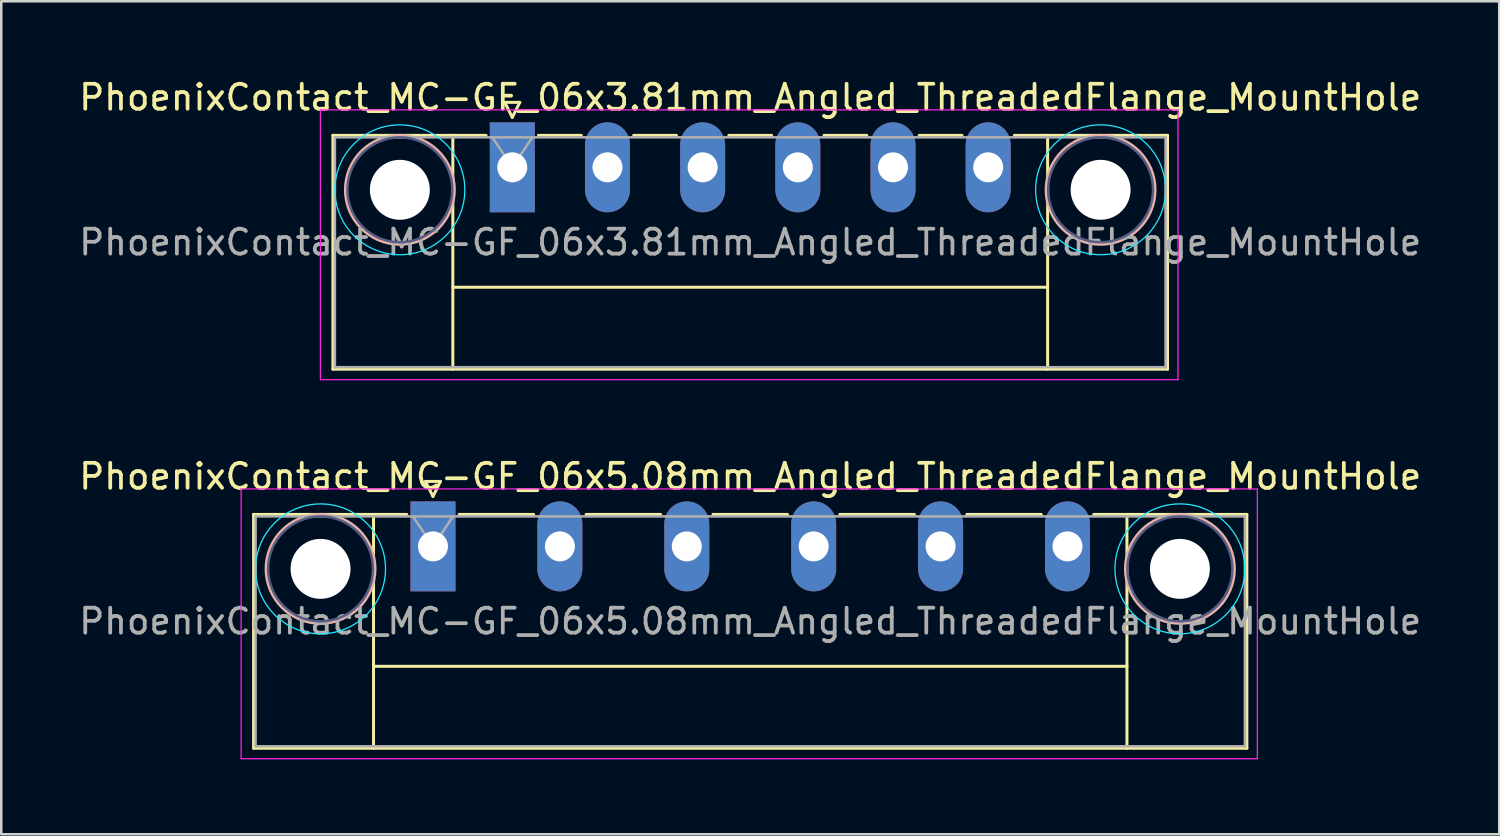
<source format=kicad_pcb>
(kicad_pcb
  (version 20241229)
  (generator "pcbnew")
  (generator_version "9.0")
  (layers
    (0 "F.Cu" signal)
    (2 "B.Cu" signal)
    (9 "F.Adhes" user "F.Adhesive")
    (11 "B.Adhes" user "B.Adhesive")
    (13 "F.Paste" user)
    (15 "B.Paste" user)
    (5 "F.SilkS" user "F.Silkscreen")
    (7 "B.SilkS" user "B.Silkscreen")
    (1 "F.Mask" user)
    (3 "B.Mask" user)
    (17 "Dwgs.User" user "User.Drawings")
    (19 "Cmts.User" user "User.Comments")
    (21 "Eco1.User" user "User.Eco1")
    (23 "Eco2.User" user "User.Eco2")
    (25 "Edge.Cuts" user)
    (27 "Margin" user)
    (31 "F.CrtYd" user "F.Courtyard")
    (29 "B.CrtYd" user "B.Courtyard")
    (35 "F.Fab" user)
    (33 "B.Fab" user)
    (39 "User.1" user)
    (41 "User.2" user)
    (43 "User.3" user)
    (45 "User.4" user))
  (footprint "PhoenixContact_MC-GF_06x5.08mm_Angled_ThreadedFlange_MountHole"
    (layer "F.Cu")
    (at 14.282 18.822)
    (property "Reference" "PhoenixContact_MC-GF_06x5.08mm_Angled_ThreadedFlange_MountHole" (at 12.7 -2.8 0) (layer "F.SilkS") (effects (font (size 1 1) (thickness 0.15))))
    (attr through_hole)
    (fp_line (start -7.18 -1.28) (end -7.18 8.08) (stroke (width 0.12) (type solid)) (layer "F.SilkS"))
    (fp_line (start -7.18 -1.28) (end -1.05 -1.28) (stroke (width 0.12) (type solid)) (layer "F.SilkS"))
    (fp_line (start -7.18 8.08) (end 32.58 8.08) (stroke (width 0.12) (type solid)) (layer "F.SilkS"))
    (fp_line (start -2.38 -1.28) (end -2.38 8.08) (stroke (width 0.12) (type solid)) (layer "F.SilkS"))
    (fp_line (start -2.38 4.8) (end 27.78 4.8) (stroke (width 0.12) (type solid)) (layer "F.SilkS"))
    (fp_line (start -0.3 -2.6) (end 0.3 -2.6) (stroke (width 0.12) (type solid)) (layer "F.SilkS"))
    (fp_line (start 0 -2) (end -0.3 -2.6) (stroke (width 0.12) (type solid)) (layer "F.SilkS"))
    (fp_line (start 0.3 -2.6) (end 0 -2) (stroke (width 0.12) (type solid)) (layer "F.SilkS"))
    (fp_line (start 1.05 -1.28) (end 4.03 -1.28) (stroke (width 0.12) (type solid)) (layer "F.SilkS"))
    (fp_line (start 6.13 -1.28) (end 9.11 -1.28) (stroke (width 0.12) (type solid)) (layer "F.SilkS"))
    (fp_line (start 11.21 -1.28) (end 14.19 -1.28) (stroke (width 0.12) (type solid)) (layer "F.SilkS"))
    (fp_line (start 16.29 -1.28) (end 19.27 -1.28) (stroke (width 0.12) (type solid)) (layer "F.SilkS"))
    (fp_line (start 21.37 -1.28) (end 24.35 -1.28) (stroke (width 0.12) (type solid)) (layer "F.SilkS"))
    (fp_line (start 27.78 -1.28) (end 27.78 8.08) (stroke (width 0.12) (type solid)) (layer "F.SilkS"))
    (fp_line (start 32.58 -1.28) (end 26.45 -1.28) (stroke (width 0.12) (type solid)) (layer "F.SilkS"))
    (fp_line (start 32.58 8.08) (end 32.58 -1.28) (stroke (width 0.12) (type solid)) (layer "F.SilkS"))
    (fp_circle (center -4.5 0.9) (end -2.32 0.9) (stroke (width 0.12) (type solid)) (fill no) (layer "B.SilkS"))
    (fp_circle (center 29.9 0.9) (end 32.08 0.9) (stroke (width 0.12) (type solid)) (fill no) (layer "B.SilkS"))
    (fp_circle (center -4.5 0.9) (end -1.9 0.9) (stroke (width 0.05) (type solid)) (fill no) (layer "B.CrtYd"))
    (fp_circle (center 29.9 0.9) (end 32.5 0.9) (stroke (width 0.05) (type solid)) (fill no) (layer "B.CrtYd"))
    (fp_line (start -7.68 -2.3) (end -7.68 8.5) (stroke (width 0.05) (type solid)) (layer "F.CrtYd"))
    (fp_line (start -7.68 8.5) (end 33 8.5) (stroke (width 0.05) (type solid)) (layer "F.CrtYd"))
    (fp_line (start 33 -2.3) (end -7.68 -2.3) (stroke (width 0.05) (type solid)) (layer "F.CrtYd"))
    (fp_line (start 33 8.5) (end 33 -2.3) (stroke (width 0.05) (type solid)) (layer "F.CrtYd"))
    (fp_circle (center -4.5 0.9) (end -2.4 0.9) (stroke (width 0.1) (type solid)) (fill no) (layer "B.Fab"))
    (fp_circle (center 29.9 0.9) (end 32 0.9) (stroke (width 0.1) (type solid)) (fill no) (layer "B.Fab"))
    (fp_line (start -7.1 -1.2) (end -7.1 8) (stroke (width 0.1) (type solid)) (layer "F.Fab"))
    (fp_line (start -7.1 8) (end 32.5 8) (stroke (width 0.1) (type solid)) (layer "F.Fab"))
    (fp_line (start 0 0) (end -0.8 -1.2) (stroke (width 0.1) (type solid)) (layer "F.Fab"))
    (fp_line (start 0.8 -1.2) (end 0 0) (stroke (width 0.1) (type solid)) (layer "F.Fab"))
    (fp_line (start 32.5 -1.2) (end -7.1 -1.2) (stroke (width 0.1) (type solid)) (layer "F.Fab"))
    (fp_line (start 32.5 8) (end 32.5 -1.2) (stroke (width 0.1) (type solid)) (layer "F.Fab"))
    (fp_text user "${REFERENCE}" (at 12.7 3 0) (layer "F.Fab") (effects (font (size 1 1) (thickness 0.15))))
    (pad "" np_thru_hole circle (at -4.5 0.9) (size 2.4 2.4) (drill 2.4) (layers "*.Cu" "*.Mask"))
    (pad "" np_thru_hole circle (at 29.9 0.9) (size 2.4 2.4) (drill 2.4) (layers "*.Cu" "*.Mask"))
    (pad "1" thru_hole rect (at 0 0) (size 1.8 3.6) (drill 1.2) (layers "*.Cu" "*.Mask"))
    (pad "2" thru_hole oval (at 5.08 0) (size 1.8 3.6) (drill 1.2) (layers "*.Cu" "*.Mask"))
    (pad "3" thru_hole oval (at 10.16 0) (size 1.8 3.6) (drill 1.2) (layers "*.Cu" "*.Mask"))
    (pad "4" thru_hole oval (at 15.24 0) (size 1.8 3.6) (drill 1.2) (layers "*.Cu" "*.Mask"))
    (pad "5" thru_hole oval (at 20.32 0) (size 1.8 3.6) (drill 1.2) (layers "*.Cu" "*.Mask"))
    (pad "6" thru_hole oval (at 25.4 0) (size 1.8 3.6) (drill 1.2) (layers "*.Cu" "*.Mask")))
  (footprint "PhoenixContact_MC-GF_06x3.81mm_Angled_ThreadedFlange_MountHole"
    (layer "F.Cu")
    (at 17.457 3.648)
    (property "Reference" "PhoenixContact_MC-GF_06x3.81mm_Angled_ThreadedFlange_MountHole" (at 9.525 -2.8 0) (layer "F.SilkS") (effects (font (size 1 1) (thickness 0.15))))
    (attr through_hole)
    (fp_line (start -7.18 -1.28) (end -7.18 8.08) (stroke (width 0.12) (type solid)) (layer "F.SilkS"))
    (fp_line (start -7.18 -1.28) (end -1.05 -1.28) (stroke (width 0.12) (type solid)) (layer "F.SilkS"))
    (fp_line (start -7.18 8.08) (end 26.23 8.08) (stroke (width 0.12) (type solid)) (layer "F.SilkS"))
    (fp_line (start -2.38 -1.28) (end -2.38 8.08) (stroke (width 0.12) (type solid)) (layer "F.SilkS"))
    (fp_line (start -2.38 4.8) (end 21.43 4.8) (stroke (width 0.12) (type solid)) (layer "F.SilkS"))
    (fp_line (start -0.3 -2.6) (end 0.3 -2.6) (stroke (width 0.12) (type solid)) (layer "F.SilkS"))
    (fp_line (start 0 -2) (end -0.3 -2.6) (stroke (width 0.12) (type solid)) (layer "F.SilkS"))
    (fp_line (start 0.3 -2.6) (end 0 -2) (stroke (width 0.12) (type solid)) (layer "F.SilkS"))
    (fp_line (start 1.05 -1.28) (end 2.76 -1.28) (stroke (width 0.12) (type solid)) (layer "F.SilkS"))
    (fp_line (start 4.86 -1.28) (end 6.57 -1.28) (stroke (width 0.12) (type solid)) (layer "F.SilkS"))
    (fp_line (start 8.67 -1.28) (end 10.38 -1.28) (stroke (width 0.12) (type solid)) (layer "F.SilkS"))
    (fp_line (start 12.48 -1.28) (end 14.19 -1.28) (stroke (width 0.12) (type solid)) (layer "F.SilkS"))
    (fp_line (start 16.29 -1.28) (end 18 -1.28) (stroke (width 0.12) (type solid)) (layer "F.SilkS"))
    (fp_line (start 21.43 -1.28) (end 21.43 8.08) (stroke (width 0.12) (type solid)) (layer "F.SilkS"))
    (fp_line (start 26.23 -1.28) (end 20.1 -1.28) (stroke (width 0.12) (type solid)) (layer "F.SilkS"))
    (fp_line (start 26.23 8.08) (end 26.23 -1.28) (stroke (width 0.12) (type solid)) (layer "F.SilkS"))
    (fp_circle (center -4.5 0.9) (end -2.32 0.9) (stroke (width 0.12) (type solid)) (fill no) (layer "B.SilkS"))
    (fp_circle (center 23.55 0.9) (end 25.73 0.9) (stroke (width 0.12) (type solid)) (fill no) (layer "B.SilkS"))
    (fp_circle (center -4.5 0.9) (end -1.9 0.9) (stroke (width 0.05) (type solid)) (fill no) (layer "B.CrtYd"))
    (fp_circle (center 23.55 0.9) (end 26.15 0.9) (stroke (width 0.05) (type solid)) (fill no) (layer "B.CrtYd"))
    (fp_line (start -7.68 -2.3) (end -7.68 8.5) (stroke (width 0.05) (type solid)) (layer "F.CrtYd"))
    (fp_line (start -7.68 8.5) (end 26.65 8.5) (stroke (width 0.05) (type solid)) (layer "F.CrtYd"))
    (fp_line (start 26.65 -2.3) (end -7.68 -2.3) (stroke (width 0.05) (type solid)) (layer "F.CrtYd"))
    (fp_line (start 26.65 8.5) (end 26.65 -2.3) (stroke (width 0.05) (type solid)) (layer "F.CrtYd"))
    (fp_circle (center -4.5 0.9) (end -2.4 0.9) (stroke (width 0.1) (type solid)) (fill no) (layer "B.Fab"))
    (fp_circle (center 23.55 0.9) (end 25.65 0.9) (stroke (width 0.1) (type solid)) (fill no) (layer "B.Fab"))
    (fp_line (start -7.1 -1.2) (end -7.1 8) (stroke (width 0.1) (type solid)) (layer "F.Fab"))
    (fp_line (start -7.1 8) (end 26.15 8) (stroke (width 0.1) (type solid)) (layer "F.Fab"))
    (fp_line (start 0 0) (end -0.8 -1.2) (stroke (width 0.1) (type solid)) (layer "F.Fab"))
    (fp_line (start 0.8 -1.2) (end 0 0) (stroke (width 0.1) (type solid)) (layer "F.Fab"))
    (fp_line (start 26.15 -1.2) (end -7.1 -1.2) (stroke (width 0.1) (type solid)) (layer "F.Fab"))
    (fp_line (start 26.15 8) (end 26.15 -1.2) (stroke (width 0.1) (type solid)) (layer "F.Fab"))
    (fp_text user "${REFERENCE}" (at 9.525 3 0) (layer "F.Fab") (effects (font (size 1 1) (thickness 0.15))))
    (pad "" np_thru_hole circle (at -4.5 0.9) (size 2.4 2.4) (drill 2.4) (layers "*.Cu" "*.Mask"))
    (pad "" np_thru_hole circle (at 23.55 0.9) (size 2.4 2.4) (drill 2.4) (layers "*.Cu" "*.Mask"))
    (pad "1" thru_hole rect (at 0 0) (size 1.8 3.6) (drill 1.2) (layers "*.Cu" "*.Mask"))
    (pad "2" thru_hole oval (at 3.81 0) (size 1.8 3.6) (drill 1.2) (layers "*.Cu" "*.Mask"))
    (pad "3" thru_hole oval (at 7.62 0) (size 1.8 3.6) (drill 1.2) (layers "*.Cu" "*.Mask"))
    (pad "4" thru_hole oval (at 11.43 0) (size 1.8 3.6) (drill 1.2) (layers "*.Cu" "*.Mask"))
    (pad "5" thru_hole oval (at 15.24 0) (size 1.8 3.6) (drill 1.2) (layers "*.Cu" "*.Mask"))
    (pad "6" thru_hole oval (at 19.05 0) (size 1.8 3.6) (drill 1.2) (layers "*.Cu" "*.Mask")))
  (gr_rect
    (start -3 -3)
    (end 56.964 30.346)
    (stroke (width 0.1) (type default))
    (fill no)
    (layer "Edge.Cuts")))
</source>
